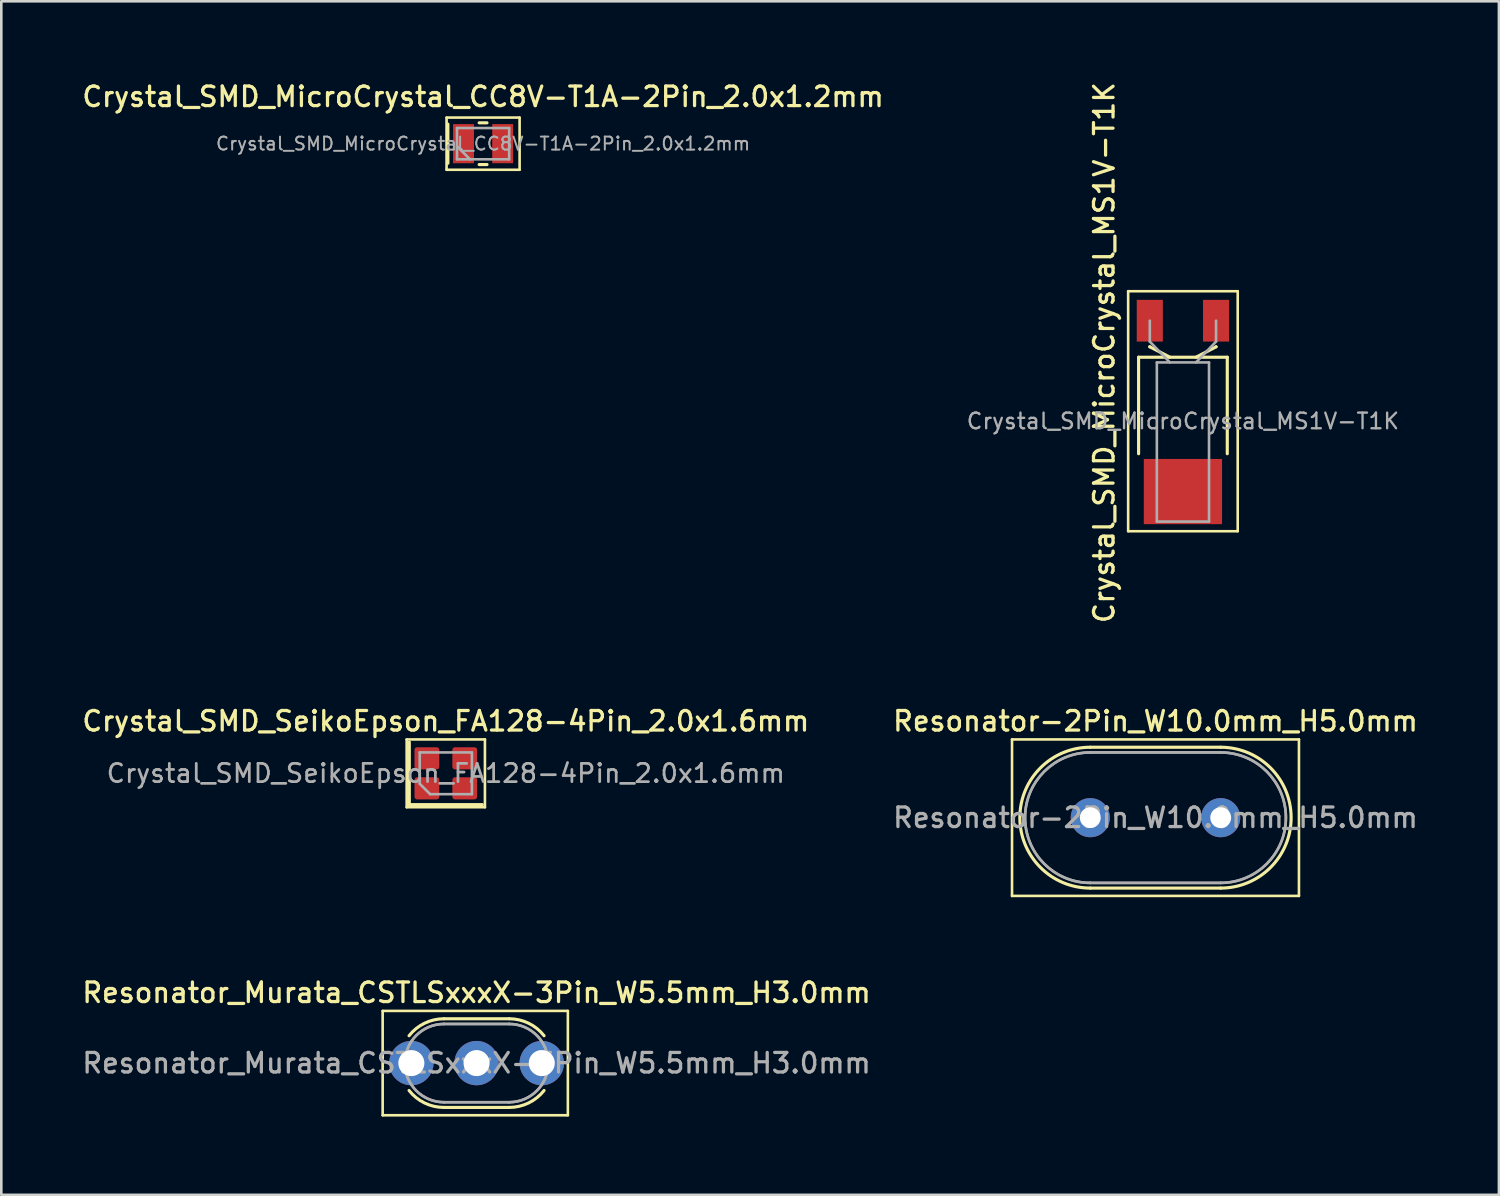
<source format=kicad_pcb>
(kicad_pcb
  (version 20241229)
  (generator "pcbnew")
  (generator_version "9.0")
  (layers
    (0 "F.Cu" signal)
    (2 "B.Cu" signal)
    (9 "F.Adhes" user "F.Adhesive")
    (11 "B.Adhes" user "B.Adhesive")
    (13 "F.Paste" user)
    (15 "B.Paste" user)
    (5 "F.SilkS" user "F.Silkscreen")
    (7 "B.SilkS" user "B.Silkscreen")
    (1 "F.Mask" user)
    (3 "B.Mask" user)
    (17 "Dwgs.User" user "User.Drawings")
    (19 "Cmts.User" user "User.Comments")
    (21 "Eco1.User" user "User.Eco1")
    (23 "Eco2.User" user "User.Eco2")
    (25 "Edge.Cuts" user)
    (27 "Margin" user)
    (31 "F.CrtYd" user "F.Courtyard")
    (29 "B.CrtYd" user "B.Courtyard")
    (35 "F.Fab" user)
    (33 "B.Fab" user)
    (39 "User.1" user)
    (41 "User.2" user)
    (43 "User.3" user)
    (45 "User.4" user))
  (footprint "Crystal_SMD_SeikoEpson_FA128-4Pin_2.0x1.6mm"
    (layer "F.Cu")
    (at 14.041 26.597)
    (property "Reference" "Crystal_SMD_SeikoEpson_FA128-4Pin_2.0x1.6mm" (at 0 -2 0) (layer "F.SilkS") (effects (font (size 0.75 0.75) (thickness 0.125))))
    (attr smd)
    (fp_line (start -1.5 -1.3) (end -1.5 1.3) (stroke (width 0.1) (type solid)) (layer "F.SilkS"))
    (fp_line (start -1.5 1.3) (end 1.5 1.3) (stroke (width 0.1) (type solid)) (layer "F.SilkS"))
    (fp_line (start -1.4 -1.2) (end -1.4 1.2) (stroke (width 0.12) (type solid)) (layer "F.SilkS"))
    (fp_line (start -1.4 1.2) (end 1.4 1.2) (stroke (width 0.12) (type solid)) (layer "F.SilkS"))
    (fp_line (start 1.5 -1.3) (end -1.5 -1.3) (stroke (width 0.1) (type solid)) (layer "F.SilkS"))
    (fp_line (start 1.5 1.3) (end 1.5 -1.3) (stroke (width 0.1) (type solid)) (layer "F.SilkS"))
    (fp_line (start -1 -0.8) (end 1 -0.8) (stroke (width 0.1) (type solid)) (layer "F.Fab"))
    (fp_line (start -1 0.4) (end -1 -0.8) (stroke (width 0.1) (type solid)) (layer "F.Fab"))
    (fp_line (start -1 0.4) (end -0.6 0.8) (stroke (width 0.1) (type solid)) (layer "F.Fab"))
    (fp_line (start 1 -0.8) (end 1 0.8) (stroke (width 0.1) (type solid)) (layer "F.Fab"))
    (fp_line (start 1 0.8) (end -0.6 0.8) (stroke (width 0.1) (type solid)) (layer "F.Fab"))
    (fp_text user "${REFERENCE}" (at 0 0 0) (layer "F.Fab") (effects (font (size 0.7 0.7) (thickness 0.105))))
    (pad "1" smd roundrect (at -0.725 0.575) (size 0.95 0.85) (layers "F.Cu" "F.Mask" "F.Paste") (roundrect_rratio 0.12))
    (pad "2" smd roundrect (at 0.725 0.575) (size 0.95 0.85) (layers "F.Cu" "F.Mask" "F.Paste") (roundrect_rratio 0.12))
    (pad "3" smd roundrect (at 0.725 -0.575) (size 0.95 0.85) (layers "F.Cu" "F.Mask" "F.Paste") (roundrect_rratio 0.12))
    (pad "4" smd roundrect (at -0.725 -0.575) (size 0.95 0.85) (layers "F.Cu" "F.Mask" "F.Paste") (roundrect_rratio 0.12)))
  (footprint "Resonator_Murata_CSTLSxxxX-3Pin_W5.5mm_H3.0mm"
    (layer "F.Cu")
    (at 12.72 37.706)
    (property "Reference" "Resonator_Murata_CSTLSxxxX-3Pin_W5.5mm_H3.0mm" (at 2.5 -2.7 0) (layer "F.SilkS") (effects (font (size 0.75 0.75) (thickness 0.125))))
    (attr through_hole)
    (fp_line (start -1.1 -2) (end -1.1 2) (stroke (width 0.1) (type solid)) (layer "F.SilkS"))
    (fp_line (start -1.1 2) (end 6 2) (stroke (width 0.1) (type solid)) (layer "F.SilkS"))
    (fp_line (start 1.25 -1.7) (end 3.75 -1.7) (stroke (width 0.12) (type solid)) (layer "F.SilkS"))
    (fp_line (start 1.25 1.7) (end 3.75 1.7) (stroke (width 0.12) (type solid)) (layer "F.SilkS"))
    (fp_line (start 6 -2) (end -1.1 -2) (stroke (width 0.1) (type solid)) (layer "F.SilkS"))
    (fp_line (start 6 2) (end 6 -2) (stroke (width 0.1) (type solid)) (layer "F.SilkS"))
    (fp_arc (start -0.08779 -1.048961) (mid 0.506102 -1.5286) (end 1.25 -1.7) (stroke (width 0.12) (type solid)) (layer "F.SilkS"))
    (fp_arc (start 1.25 1.7) (mid 0.506103 1.5286) (end -0.08779 1.048961) (stroke (width 0.12) (type solid)) (layer "F.SilkS"))
    (fp_arc (start 3.75 -1.7) (mid 4.493897 -1.5286) (end 5.08779 -1.048961) (stroke (width 0.12) (type solid)) (layer "F.SilkS"))
    (fp_arc (start 5.08779 1.048961) (mid 4.493898 1.5286) (end 3.75 1.7) (stroke (width 0.12) (type solid)) (layer "F.SilkS"))
    (fp_line (start 1.25 -1.5) (end 3.75 -1.5) (stroke (width 0.1) (type solid)) (layer "F.Fab"))
    (fp_line (start 1.25 -1.5) (end 3.75 -1.5) (stroke (width 0.1) (type solid)) (layer "F.Fab"))
    (fp_line (start 1.25 1.5) (end 3.75 1.5) (stroke (width 0.1) (type solid)) (layer "F.Fab"))
    (fp_line (start 1.25 1.5) (end 3.75 1.5) (stroke (width 0.1) (type solid)) (layer "F.Fab"))
    (fp_arc (start 1.25 1.5) (mid -0.25 0) (end 1.25 -1.5) (stroke (width 0.1) (type solid)) (layer "F.Fab"))
    (fp_arc (start 1.25 1.5) (mid -0.25 0) (end 1.25 -1.5) (stroke (width 0.1) (type solid)) (layer "F.Fab"))
    (fp_arc (start 3.75 -1.5) (mid 5.25 0) (end 3.75 1.5) (stroke (width 0.1) (type solid)) (layer "F.Fab"))
    (fp_arc (start 3.75 -1.5) (mid 5.25 0) (end 3.75 1.5) (stroke (width 0.1) (type solid)) (layer "F.Fab"))
    (fp_text user "${REFERENCE}" (at 2.5 0 0) (layer "F.Fab") (effects (font (size 0.75 0.75) (thickness 0.125))))
    (pad "1" thru_hole circle (at 0 0) (size 1.7 1.7) (drill 1) (layers "*.Cu" "*.Mask"))
    (pad "2" thru_hole circle (at 2.5 0) (size 1.7 1.7) (drill 1) (layers "*.Cu" "*.Mask"))
    (pad "3" thru_hole circle (at 5 0) (size 1.7 1.7) (drill 1) (layers "*.Cu" "*.Mask")))
  (footprint "Crystal_SMD_MicroCrystal_MS1V-T1K"
    (layer "F.Cu")
    (at 42.3 12.745)
    (property "Reference" "Crystal_SMD_MicroCrystal_MS1V-T1K" (at -3.02 -2.275 90) (layer "F.SilkS") (effects (font (size 0.75 0.75) (thickness 0.125))))
    (attr smd)
    (fp_line (start -2.1 -4.63) (end -2.1 4.57) (stroke (width 0.1) (type solid)) (layer "F.SilkS"))
    (fp_line (start -2.1 4.57) (end 2.1 4.57) (stroke (width 0.1) (type solid)) (layer "F.SilkS"))
    (fp_line (start -1.7 -2.1) (end 1.7 -2.1) (stroke (width 0.12) (type solid)) (layer "F.SilkS"))
    (fp_line (start -1.7 1.6) (end -1.7 -2.1) (stroke (width 0.12) (type solid)) (layer "F.SilkS"))
    (fp_line (start -1.27 -2.5) (end -1.27 -2.5) (stroke (width 0.12) (type solid)) (layer "F.SilkS"))
    (fp_line (start -0.5 -2.1) (end -1.27 -2.5) (stroke (width 0.12) (type solid)) (layer "F.SilkS"))
    (fp_line (start 0.5 -2.1) (end 1.27 -2.5) (stroke (width 0.12) (type solid)) (layer "F.SilkS"))
    (fp_line (start 1.27 -2.5) (end 1.27 -2.5) (stroke (width 0.12) (type solid)) (layer "F.SilkS"))
    (fp_line (start 1.7 -2.1) (end 1.7 1.6) (stroke (width 0.12) (type solid)) (layer "F.SilkS"))
    (fp_line (start 2.1 -4.63) (end -2.1 -4.63) (stroke (width 0.1) (type solid)) (layer "F.SilkS"))
    (fp_line (start 2.1 4.57) (end 2.1 -4.63) (stroke (width 0.1) (type solid)) (layer "F.SilkS"))
    (fp_line (start -1.27 -2.7) (end -1.27 -3.5) (stroke (width 0.1) (type solid)) (layer "F.Fab"))
    (fp_line (start -1 -1.9) (end -1 4.2) (stroke (width 0.1) (type solid)) (layer "F.Fab"))
    (fp_line (start -1 4.2) (end 1 4.2) (stroke (width 0.1) (type solid)) (layer "F.Fab"))
    (fp_line (start -0.5 -1.9) (end -1.27 -2.7) (stroke (width 0.1) (type solid)) (layer "F.Fab"))
    (fp_line (start 0.5 -1.9) (end 1.27 -2.7) (stroke (width 0.1) (type solid)) (layer "F.Fab"))
    (fp_line (start 1 -1.9) (end -1 -1.9) (stroke (width 0.1) (type solid)) (layer "F.Fab"))
    (fp_line (start 1 4.2) (end 1 -1.9) (stroke (width 0.1) (type solid)) (layer "F.Fab"))
    (fp_line (start 1.27 -2.7) (end 1.27 -3.5) (stroke (width 0.1) (type solid)) (layer "F.Fab"))
    (fp_text user "${REFERENCE}" (at 0 0.35 0) (layer "F.Fab") (effects (font (size 0.6 0.6) (thickness 0.09))))
    (pad "1" smd rect (at -1.27 -3.5) (size 1 1.6) (layers "F.Cu" "F.Mask" "F.Paste"))
    (pad "2" smd rect (at 1.27 -3.5) (size 1 1.6) (layers "F.Cu" "F.Mask" "F.Paste"))
    (pad "3" smd rect (at 0 3.05) (size 3 2.5) (layers "F.Cu" "F.Mask" "F.Paste")))
  (footprint "Resonator-2Pin_W10.0mm_H5.0mm"
    (layer "F.Cu")
    (at 38.748 28.297)
    (property "Reference" "Resonator-2Pin_W10.0mm_H5.0mm" (at 2.5 -3.7 0) (layer "F.SilkS") (effects (font (size 0.75 0.75) (thickness 0.125))))
    (attr through_hole)
    (fp_line (start -3 -3) (end -3 3) (stroke (width 0.1) (type solid)) (layer "F.SilkS"))
    (fp_line (start -3 3) (end 8 3) (stroke (width 0.1) (type solid)) (layer "F.SilkS"))
    (fp_line (start 0 -2.7) (end 5 -2.7) (stroke (width 0.12) (type solid)) (layer "F.SilkS"))
    (fp_line (start 0 2.7) (end 5 2.7) (stroke (width 0.12) (type solid)) (layer "F.SilkS"))
    (fp_line (start 8 -3) (end -3 -3) (stroke (width 0.1) (type solid)) (layer "F.SilkS"))
    (fp_line (start 8 3) (end 8 -3) (stroke (width 0.1) (type solid)) (layer "F.SilkS"))
    (fp_arc (start 0 2.7) (mid -2.7 0) (end 0 -2.7) (stroke (width 0.12) (type solid)) (layer "F.SilkS"))
    (fp_arc (start 5 -2.7) (mid 7.7 0) (end 5 2.7) (stroke (width 0.12) (type solid)) (layer "F.SilkS"))
    (fp_line (start 0 -2.5) (end 5 -2.5) (stroke (width 0.1) (type solid)) (layer "F.Fab"))
    (fp_line (start 0 -2.5) (end 5 -2.5) (stroke (width 0.1) (type solid)) (layer "F.Fab"))
    (fp_line (start 0 2.5) (end 5 2.5) (stroke (width 0.1) (type solid)) (layer "F.Fab"))
    (fp_line (start 0 2.5) (end 5 2.5) (stroke (width 0.1) (type solid)) (layer "F.Fab"))
    (fp_arc (start 0 2.5) (mid -2.5 0) (end 0 -2.5) (stroke (width 0.1) (type solid)) (layer "F.Fab"))
    (fp_arc (start 0 2.5) (mid -2.5 0) (end 0 -2.5) (stroke (width 0.1) (type solid)) (layer "F.Fab"))
    (fp_arc (start 5 -2.5) (mid 7.5 0) (end 5 2.5) (stroke (width 0.1) (type solid)) (layer "F.Fab"))
    (fp_arc (start 5 -2.5) (mid 7.5 0) (end 5 2.5) (stroke (width 0.1) (type solid)) (layer "F.Fab"))
    (fp_text user "${REFERENCE}" (at 2.5 0 0) (layer "F.Fab") (effects (font (size 0.75 0.75) (thickness 0.125))))
    (pad "1" thru_hole circle (at 0 0) (size 1.5 1.5) (drill 0.8) (layers "*.Cu" "*.Mask"))
    (pad "2" thru_hole circle (at 5 0) (size 1.5 1.5) (drill 0.8) (layers "*.Cu" "*.Mask")))
  (footprint "Crystal_SMD_MicroCrystal_CC8V-T1A-2Pin_2.0x1.2mm"
    (layer "F.Cu")
    (at 15.47 2.458)
    (property "Reference" "Crystal_SMD_MicroCrystal_CC8V-T1A-2Pin_2.0x1.2mm" (at 0 -1.8 0) (layer "F.SilkS") (effects (font (size 0.75 0.75) (thickness 0.125))))
    (attr smd)
    (fp_line (start -1.4 -1) (end -1.4 1) (stroke (width 0.1) (type solid)) (layer "F.SilkS"))
    (fp_line (start -1.4 1) (end 1.4 1) (stroke (width 0.1) (type solid)) (layer "F.SilkS"))
    (fp_line (start -1.35 -0.75) (end -1.35 0.75) (stroke (width 0.12) (type solid)) (layer "F.SilkS"))
    (fp_line (start -0.15 -0.8) (end 0.15 -0.8) (stroke (width 0.12) (type solid)) (layer "F.SilkS"))
    (fp_line (start -0.15 0.8) (end 0.15 0.8) (stroke (width 0.12) (type solid)) (layer "F.SilkS"))
    (fp_line (start 1.4 -1) (end -1.4 -1) (stroke (width 0.1) (type solid)) (layer "F.SilkS"))
    (fp_line (start 1.4 1) (end 1.4 -1) (stroke (width 0.1) (type solid)) (layer "F.SilkS"))
    (fp_line (start -1 -0.6) (end -1 0.6) (stroke (width 0.1) (type solid)) (layer "F.Fab"))
    (fp_line (start -1 0.1) (end -0.5 0.6) (stroke (width 0.1) (type solid)) (layer "F.Fab"))
    (fp_line (start -1 0.6) (end 1 0.6) (stroke (width 0.1) (type solid)) (layer "F.Fab"))
    (fp_line (start 1 -0.6) (end -1 -0.6) (stroke (width 0.1) (type solid)) (layer "F.Fab"))
    (fp_line (start 1 0.6) (end 1 -0.6) (stroke (width 0.1) (type solid)) (layer "F.Fab"))
    (fp_text user "${REFERENCE}" (at 0 0 0) (layer "F.Fab") (effects (font (size 0.5 0.5) (thickness 0.075))))
    (pad "1" smd rect (at -0.75 0) (size 0.8 1.5) (layers "F.Cu" "F.Mask" "F.Paste"))
    (pad "2" smd rect (at 0.75 0) (size 0.8 1.5) (layers "F.Cu" "F.Mask" "F.Paste")))
  (gr_rect
    (start -3 -3)
    (end 54.414 42.756)
    (stroke (width 0.1) (type default))
    (fill no)
    (layer "Edge.Cuts")))
</source>
